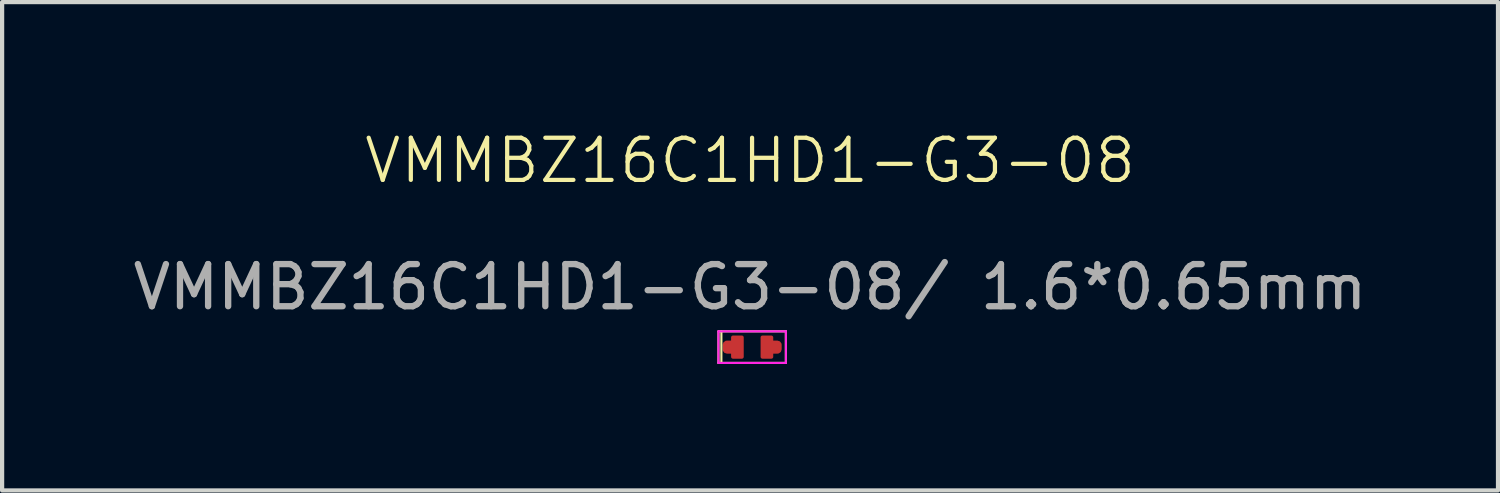
<source format=kicad_pcb>
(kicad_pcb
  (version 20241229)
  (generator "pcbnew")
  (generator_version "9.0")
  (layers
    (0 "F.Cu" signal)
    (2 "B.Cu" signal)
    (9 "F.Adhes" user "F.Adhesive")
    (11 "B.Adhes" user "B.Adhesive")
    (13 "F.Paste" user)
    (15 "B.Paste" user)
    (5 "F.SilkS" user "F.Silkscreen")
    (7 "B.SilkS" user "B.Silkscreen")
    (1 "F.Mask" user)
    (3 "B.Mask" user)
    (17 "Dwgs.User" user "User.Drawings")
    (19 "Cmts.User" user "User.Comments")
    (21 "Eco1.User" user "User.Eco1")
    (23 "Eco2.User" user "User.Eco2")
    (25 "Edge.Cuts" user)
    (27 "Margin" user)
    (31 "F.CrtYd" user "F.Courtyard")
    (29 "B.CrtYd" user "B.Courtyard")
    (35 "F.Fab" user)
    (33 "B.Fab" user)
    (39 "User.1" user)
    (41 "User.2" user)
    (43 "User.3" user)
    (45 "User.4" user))
  (footprint "VMMBZ16C1HD1-G3-08"
    (layer "F.Cu")
    (at 14.744 1.26)
    (property "Reference" "VMMBZ16C1HD1-G3-08" (at 0 -0.5 0) (unlocked yes) (layer "F.SilkS") (effects (font (size 1 1) (thickness 0.1))))
    (attr smd)
    (fp_line (start -0.75 3.55) (end 0.85 3.55) (stroke (width 0.05) (type solid)) (layer "F.SilkS"))
    (fp_line (start -0.75 4.3) (end -0.75 3.55) (stroke (width 0.05) (type solid)) (layer "F.SilkS"))
    (fp_line (start -0.68 3.55) (end -0.68 4.3) (stroke (width 0.05) (type solid)) (layer "F.SilkS"))
    (fp_line (start 0.85 3.55) (end 0.85 4.3) (stroke (width 0.05) (type solid)) (layer "F.SilkS"))
    (fp_line (start 0.85 4.3) (end -0.75 4.3) (stroke (width 0.05) (type solid)) (layer "F.SilkS"))
    (fp_line (start -0.75 3.55) (end 0.85 3.55) (stroke (width 0.05) (type default)) (layer "F.CrtYd"))
    (fp_line (start -0.75 4.3) (end -0.75 3.55) (stroke (width 0.05) (type default)) (layer "F.CrtYd"))
    (fp_line (start 0.85 3.55) (end 0.85 4.3) (stroke (width 0.05) (type default)) (layer "F.CrtYd"))
    (fp_line (start 0.85 4.3) (end -0.75 4.3) (stroke (width 0.05) (type default)) (layer "F.CrtYd"))
    (fp_text user "VMMBZ16C1HD1-G3-08/ 1.6*0.65mm" (at 0 2.5 0) (unlocked yes) (layer "F.Fab") (effects (font (size 1 1) (thickness 0.15))))
    (pad "1" smd custom (at -0.3 3.925 90) (size 0.3 0.3) (layers "F.Cu" "F.Mask" "F.Paste") (options (anchor circle)) (primitives (gr_poly (pts (xy -0.275 -0.105) (xy -0.272 -0.122) (xy -0.262 -0.137) (xy -0.247 -0.147) (xy -0.23 -0.15) (xy 0.23 -0.15) (xy 0.247 -0.147) (xy 0.262 -0.137) (xy 0.272 -0.122) (xy 0.275 -0.105) (xy 0.275 0.105) (xy 0.272 0.122) (xy 0.262 0.137) (xy 0.247 0.147) (xy 0.23 0.15) (xy -0.23 0.15) (xy -0.247 0.147) (xy -0.262 0.137) (xy -0.272 0.122) (xy -0.275 0.105)) (width 0) (fill yes)) (gr_poly (pts (xy -0.055 -0.07) (xy -0.055 -0.25) (xy 0.055 -0.25) (xy 0.055 -0.07)) (width 0.2) (fill yes))))
    (pad "2" smd custom (at 0.4 3.925 270) (size 0.3 0.3) (layers "F.Cu" "F.Mask" "F.Paste") (options (anchor circle)) (primitives (gr_poly (pts (xy -0.275 -0.105) (xy -0.272 -0.122) (xy -0.262 -0.137) (xy -0.247 -0.147) (xy -0.23 -0.15) (xy 0.23 -0.15) (xy 0.247 -0.147) (xy 0.262 -0.137) (xy 0.272 -0.122) (xy 0.275 -0.105) (xy 0.275 0.105) (xy 0.272 0.122) (xy 0.262 0.137) (xy 0.247 0.147) (xy 0.23 0.15) (xy -0.23 0.15) (xy -0.247 0.147) (xy -0.262 0.137) (xy -0.272 0.122) (xy -0.275 0.105)) (width 0) (fill yes)) (gr_poly (pts (xy -0.055 -0.07) (xy -0.055 -0.25) (xy 0.055 -0.25) (xy 0.055 -0.07)) (width 0.2) (fill yes)))))
  (gr_rect
    (start -3 -3)
    (end 32.488 8.585)
    (stroke (width 0.1) (type default))
    (fill no)
    (layer "Edge.Cuts")))
</source>
